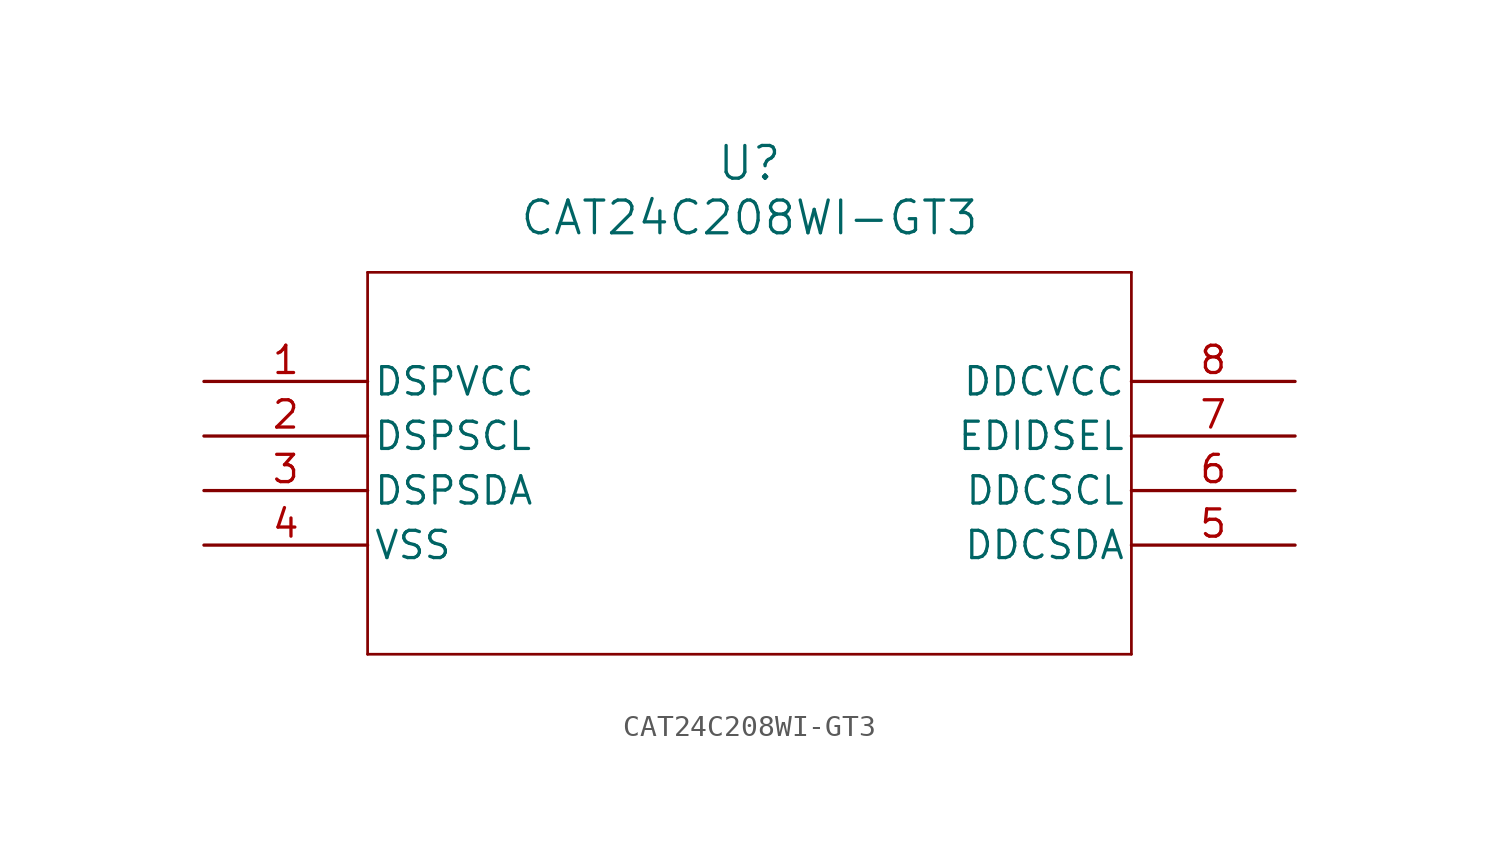
<source format=kicad_sym>
(kicad_symbol_lib
  (version 20211014)
  (generator kicad_symbol_editor)
  (symbol "CAT24C208WI-GT3"
    (pin_names
      (offset 0.254))
    (property "Reference" "U"
      (at 25.4 10.16 0)
      (effects (font (size 1.524 1.524))))
    (property "Value" "CAT24C208WI-GT3"
      (at 25.4 7.62 0)
      (effects (font (size 1.524 1.524))))
    (symbol "CAT24C208WI-GT3_0_1"
      (polyline (pts (xy 7.62 5.08) (xy 7.62 -12.7)) (stroke (width 0.127) (type default) (color 0 0 0 0)) (fill (type none)))
      (polyline (pts (xy 7.62 -12.7) (xy 43.18 -12.7)) (stroke (width 0.127) (type default) (color 0 0 0 0)) (fill (type none)))
      (polyline (pts (xy 43.18 -12.7) (xy 43.18 5.08)) (stroke (width 0.127) (type default) (color 0 0 0 0)) (fill (type none)))
      (polyline (pts (xy 43.18 5.08) (xy 7.62 5.08)) (stroke (width 0.127) (type default) (color 0 0 0 0)) (fill (type none)))
      (pin power_in line (at 0 0 0) (length 7.62) (name "DSPVCC" (effects (font (size 1.27 1.27)))) (number "1" (effects (font (size 1.27 1.27)))))
      (pin bidirectional line (at 0 -2.54 0) (length 7.62) (name "DSPSCL" (effects (font (size 1.27 1.27)))) (number "2" (effects (font (size 1.27 1.27)))))
      (pin bidirectional line (at 0 -5.08 0) (length 7.62) (name "DSPSDA" (effects (font (size 1.27 1.27)))) (number "3" (effects (font (size 1.27 1.27)))))
      (pin power_in line (at 0 -7.62 0) (length 7.62) (name "VSS" (effects (font (size 1.27 1.27)))) (number "4" (effects (font (size 1.27 1.27)))))
      (pin bidirectional line (at 50.8 -7.62 180) (length 7.62) (name "DDCSDA" (effects (font (size 1.27 1.27)))) (number "5" (effects (font (size 1.27 1.27)))))
      (pin bidirectional line (at 50.8 -5.08 180) (length 7.62) (name "DDCSCL" (effects (font (size 1.27 1.27)))) (number "6" (effects (font (size 1.27 1.27)))))
      (pin input line (at 50.8 -2.54 180) (length 7.62) (name "EDIDSEL" (effects (font (size 1.27 1.27)))) (number "7" (effects (font (size 1.27 1.27)))))
      (pin power_in line (at 50.8 0 180) (length 7.62) (name "DDCVCC" (effects (font (size 1.27 1.27)))) (number "8" (effects (font (size 1.27 1.27))))))))
</source>
